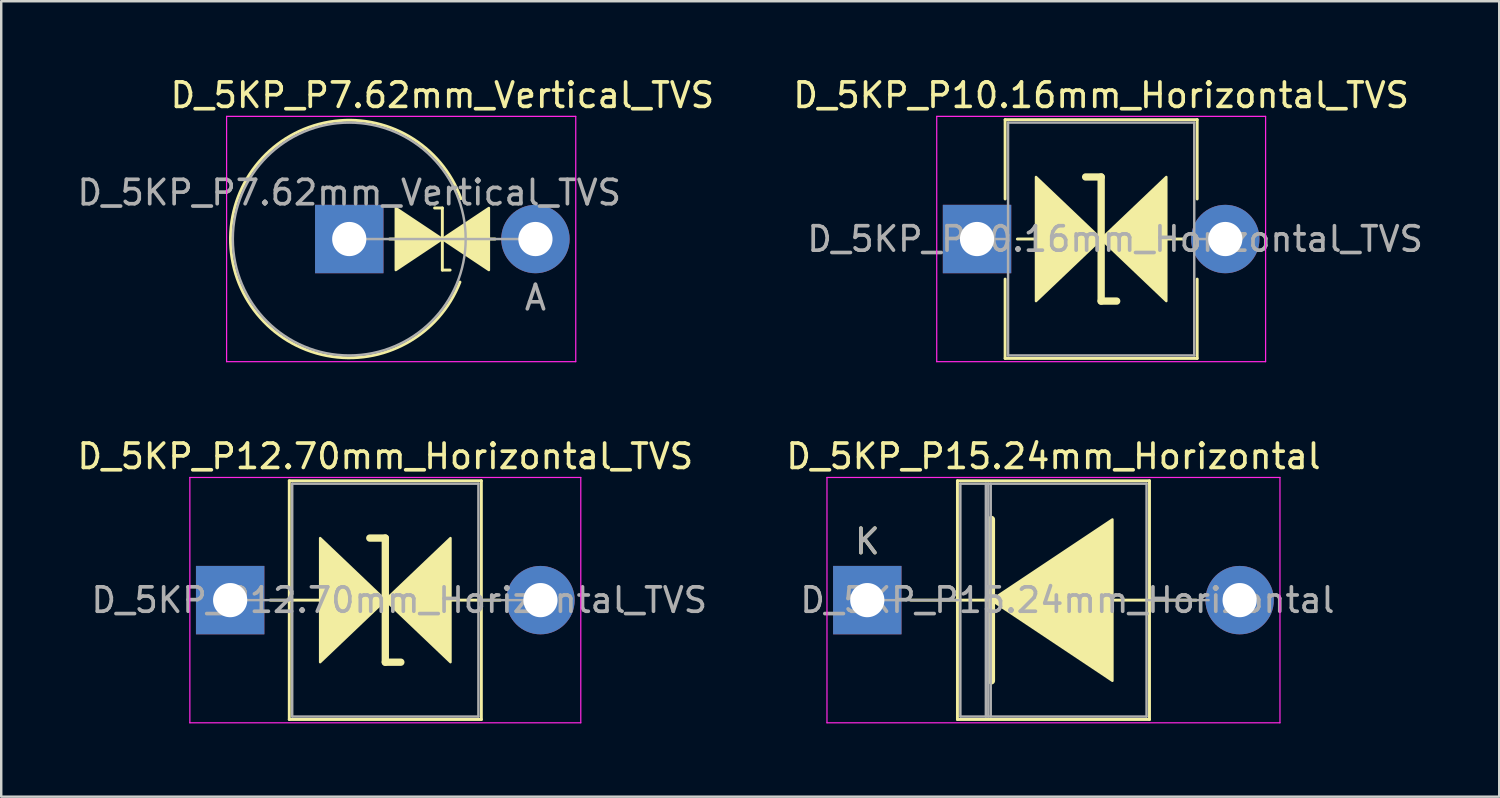
<source format=kicad_pcb>
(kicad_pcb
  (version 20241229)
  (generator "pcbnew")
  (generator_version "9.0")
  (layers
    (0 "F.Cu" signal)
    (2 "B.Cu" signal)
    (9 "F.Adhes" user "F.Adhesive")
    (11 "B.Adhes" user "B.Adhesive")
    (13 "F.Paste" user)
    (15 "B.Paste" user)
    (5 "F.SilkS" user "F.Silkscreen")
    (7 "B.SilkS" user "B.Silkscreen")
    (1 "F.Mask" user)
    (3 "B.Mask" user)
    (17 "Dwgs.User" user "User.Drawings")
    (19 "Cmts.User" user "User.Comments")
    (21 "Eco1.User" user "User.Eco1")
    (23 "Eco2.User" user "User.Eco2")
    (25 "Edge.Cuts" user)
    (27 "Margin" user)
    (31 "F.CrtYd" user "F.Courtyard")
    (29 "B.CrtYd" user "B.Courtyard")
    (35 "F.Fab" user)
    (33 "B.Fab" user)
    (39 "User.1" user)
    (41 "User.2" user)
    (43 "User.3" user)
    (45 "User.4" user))
  (footprint "D_5KP_P10.16mm_Horizontal_TVS"
    (layer "F.Cu")
    (at 36.938 6.733)
    (property "Reference" "D_5KP_P10.16mm_Horizontal_TVS" (at 5.08 -5.885 0) (layer "F.SilkS") (effects (font (size 1 1) (thickness 0.15))))
    (attr through_hole)
    (fp_line (start 1.15 -4.885) (end 9.01 -4.885) (stroke (width 0.12) (type solid)) (layer "F.SilkS"))
    (fp_line (start 1.15 -1.64) (end 1.15 -4.885) (stroke (width 0.12) (type solid)) (layer "F.SilkS"))
    (fp_line (start 1.15 1.64) (end 1.15 4.885) (stroke (width 0.12) (type solid)) (layer "F.SilkS"))
    (fp_line (start 1.15 4.885) (end 9.01 4.885) (stroke (width 0.12) (type solid)) (layer "F.SilkS"))
    (fp_line (start 1.651 0) (end 2.413 0) (stroke (width 0.12) (type solid)) (layer "F.SilkS"))
    (fp_line (start 5.08 -2.54) (end 4.445 -2.54) (stroke (width 0.3) (type solid)) (layer "F.SilkS"))
    (fp_line (start 5.08 2.54) (end 5.08 -2.54) (stroke (width 0.3) (type solid)) (layer "F.SilkS"))
    (fp_line (start 5.715 2.54) (end 5.08 2.54) (stroke (width 0.3) (type solid)) (layer "F.SilkS"))
    (fp_line (start 8.509 0) (end 7.747 0) (stroke (width 0.12) (type solid)) (layer "F.SilkS"))
    (fp_line (start 9.01 -4.885) (end 9.01 -1.64) (stroke (width 0.12) (type solid)) (layer "F.SilkS"))
    (fp_line (start 9.01 4.885) (end 9.01 1.64) (stroke (width 0.12) (type solid)) (layer "F.SilkS"))
    (fp_poly (pts (xy 5.08 0) (xy 2.413 2.54) (xy 2.413 -2.54)) (stroke (width 0.1) (type solid)) (fill yes) (layer "F.SilkS"))
    (fp_poly (pts (xy 5.08 0) (xy 7.747 -2.54) (xy 7.747 2.54)) (stroke (width 0.1) (type solid)) (fill yes) (layer "F.SilkS"))
    (fp_line (start -1.65 -5.02) (end -1.65 5.02) (stroke (width 0.05) (type solid)) (layer "F.CrtYd"))
    (fp_line (start -1.65 5.02) (end 11.81 5.02) (stroke (width 0.05) (type solid)) (layer "F.CrtYd"))
    (fp_line (start 11.81 -5.02) (end -1.65 -5.02) (stroke (width 0.05) (type solid)) (layer "F.CrtYd"))
    (fp_line (start 11.81 5.02) (end 11.81 -5.02) (stroke (width 0.05) (type solid)) (layer "F.CrtYd"))
    (fp_line (start 0 0) (end 1.27 0) (stroke (width 0.1) (type solid)) (layer "F.Fab"))
    (fp_line (start 1.27 -4.765) (end 1.27 4.765) (stroke (width 0.1) (type solid)) (layer "F.Fab"))
    (fp_line (start 1.27 4.765) (end 8.89 4.765) (stroke (width 0.1) (type solid)) (layer "F.Fab"))
    (fp_line (start 8.89 -4.765) (end 1.27 -4.765) (stroke (width 0.1) (type solid)) (layer "F.Fab"))
    (fp_line (start 8.89 4.765) (end 8.89 -4.765) (stroke (width 0.1) (type solid)) (layer "F.Fab"))
    (fp_line (start 10.16 0) (end 8.89 0) (stroke (width 0.1) (type solid)) (layer "F.Fab"))
    (fp_text user "${REFERENCE}" (at 5.652 0 0) (layer "F.Fab") (effects (font (size 1 1) (thickness 0.15))))
    (pad "1" thru_hole rect (at 0 0) (size 2.8 2.8) (drill 1.4) (layers "*.Cu" "*.Mask"))
    (pad "2" thru_hole oval (at 10.16 0) (size 2.8 2.8) (drill 1.4) (layers "*.Cu" "*.Mask")))
  (footprint "D_5KP_P15.24mm_Horizontal"
    (layer "F.Cu")
    (at 32.446 21.512)
    (property "Reference" "D_5KP_P15.24mm_Horizontal" (at 7.62 -5.885 0) (layer "F.SilkS") (effects (font (size 1 1) (thickness 0.15))))
    (attr through_hole)
    (fp_line (start 1.778 0) (end 4.953 0) (stroke (width 0.12) (type solid)) (layer "F.SilkS"))
    (fp_line (start 3.69 -4.885) (end 3.69 4.885) (stroke (width 0.12) (type solid)) (layer "F.SilkS"))
    (fp_line (start 3.69 4.885) (end 11.55 4.885) (stroke (width 0.12) (type solid)) (layer "F.SilkS"))
    (fp_line (start 5.08 -3.302) (end 5.08 3.302) (stroke (width 0.3) (type solid)) (layer "F.SilkS"))
    (fp_line (start 11.55 -4.885) (end 3.69 -4.885) (stroke (width 0.12) (type solid)) (layer "F.SilkS"))
    (fp_line (start 11.55 4.885) (end 11.55 -4.885) (stroke (width 0.12) (type solid)) (layer "F.SilkS"))
    (fp_line (start 13.462 0) (end 10.07 0) (stroke (width 0.12) (type solid)) (layer "F.SilkS"))
    (fp_poly (pts (xy 10.033 3.302) (xy 5.08 0) (xy 10.033 -3.302)) (stroke (width 0.1) (type solid)) (fill yes) (layer "F.SilkS"))
    (fp_line (start -1.65 -5.02) (end -1.65 5.02) (stroke (width 0.05) (type solid)) (layer "F.CrtYd"))
    (fp_line (start -1.65 5.02) (end 16.89 5.02) (stroke (width 0.05) (type solid)) (layer "F.CrtYd"))
    (fp_line (start 16.89 -5.02) (end -1.65 -5.02) (stroke (width 0.05) (type solid)) (layer "F.CrtYd"))
    (fp_line (start 16.89 5.02) (end 16.89 -5.02) (stroke (width 0.05) (type solid)) (layer "F.CrtYd"))
    (fp_line (start 0 0) (end 3.81 0) (stroke (width 0.1) (type solid)) (layer "F.Fab"))
    (fp_line (start 3.81 -4.765) (end 3.81 4.765) (stroke (width 0.1) (type solid)) (layer "F.Fab"))
    (fp_line (start 3.81 4.765) (end 11.43 4.765) (stroke (width 0.1) (type solid)) (layer "F.Fab"))
    (fp_line (start 4.853 -4.765) (end 4.853 4.765) (stroke (width 0.1) (type solid)) (layer "F.Fab"))
    (fp_line (start 4.953 -4.765) (end 4.953 4.765) (stroke (width 0.1) (type solid)) (layer "F.Fab"))
    (fp_line (start 5.053 -4.765) (end 5.053 4.765) (stroke (width 0.1) (type solid)) (layer "F.Fab"))
    (fp_line (start 11.43 -4.765) (end 3.81 -4.765) (stroke (width 0.1) (type solid)) (layer "F.Fab"))
    (fp_line (start 11.43 4.765) (end 11.43 -4.765) (stroke (width 0.1) (type solid)) (layer "F.Fab"))
    (fp_line (start 13.97 0) (end 11.43 0) (stroke (width 0.1) (type solid)) (layer "F.Fab"))
    (fp_text user "K" (at 0 -2.4 0) (layer "F.SilkS") (effects (font (size 1 1) (thickness 0.15))))
    (fp_text user "${REFERENCE}" (at 8.191 0 0) (layer "F.Fab") (effects (font (size 1 1) (thickness 0.15))))
    (fp_text user "K" (at 0 -2.4 0) (layer "F.Fab") (effects (font (size 1 1) (thickness 0.15))))
    (pad "1" thru_hole rect (at 0 0) (size 2.8 2.8) (drill 1.4) (layers "*.Cu" "*.Mask"))
    (pad "2" thru_hole oval (at 15.24 0) (size 2.8 2.8) (drill 1.4) (layers "*.Cu" "*.Mask")))
  (footprint "D_5KP_P7.62mm_Vertical_TVS"
    (layer "F.Cu")
    (at 11.244 6.733)
    (property "Reference" "D_5KP_P7.62mm_Vertical_TVS" (at 3.81 -5.885 0) (layer "F.SilkS") (effects (font (size 1 1) (thickness 0.15))))
    (attr through_hole)
    (fp_line (start 1.651 0) (end 5.969 0) (stroke (width 0.12) (type solid)) (layer "F.SilkS"))
    (fp_line (start 3.493 -1.27) (end 3.81 -1.27) (stroke (width 0.12) (type solid)) (layer "F.SilkS"))
    (fp_line (start 3.81 -1.27) (end 3.81 1.27) (stroke (width 0.12) (type solid)) (layer "F.SilkS"))
    (fp_line (start 3.81 1.27) (end 4.128 1.27) (stroke (width 0.12) (type solid)) (layer "F.SilkS"))
    (fp_arc (start 4.530442 1.761839) (mid -4.860605 -0.059187) (end 4.572 -1.650999) (stroke (width 0.12) (type solid)) (layer "F.SilkS"))
    (fp_poly (pts (xy 1.905 -1.27) (xy 3.81 0) (xy 1.905 1.27)) (stroke (width 0.1) (type solid)) (fill yes) (layer "F.SilkS"))
    (fp_poly (pts (xy 5.715 1.27) (xy 3.81 0) (xy 5.715 -1.27)) (stroke (width 0.1) (type solid)) (fill yes) (layer "F.SilkS"))
    (fp_line (start -5.02 -5.02) (end -5.02 5.02) (stroke (width 0.05) (type solid)) (layer "F.CrtYd"))
    (fp_line (start -5.02 5.02) (end 9.27 5.02) (stroke (width 0.05) (type solid)) (layer "F.CrtYd"))
    (fp_line (start 9.27 -5.02) (end -5.02 -5.02) (stroke (width 0.05) (type solid)) (layer "F.CrtYd"))
    (fp_line (start 9.27 5.02) (end 9.27 -5.02) (stroke (width 0.05) (type solid)) (layer "F.CrtYd"))
    (fp_line (start 0 0) (end 7.62 0) (stroke (width 0.1) (type solid)) (layer "F.Fab"))
    (fp_circle (center 0 0) (end 4.765 0) (stroke (width 0.1) (type solid)) (fill no) (layer "F.Fab"))
    (fp_text user "${REFERENCE}" (at 0 -1.9 0) (layer "F.Fab") (effects (font (size 1 1) (thickness 0.15))))
    (fp_text user "A" (at 7.62 2.4 0) (layer "F.Fab") (effects (font (size 1 1) (thickness 0.15))))
    (pad "1" thru_hole rect (at 0 0) (size 2.8 2.8) (drill 1.4) (layers "*.Cu" "*.Mask"))
    (pad "2" thru_hole oval (at 7.62 0) (size 2.8 2.8) (drill 1.4) (layers "*.Cu" "*.Mask")))
  (footprint "D_5KP_P12.70mm_Horizontal_TVS"
    (layer "F.Cu")
    (at 6.37 21.512)
    (property "Reference" "D_5KP_P12.70mm_Horizontal_TVS" (at 6.35 -5.885 0) (layer "F.SilkS") (effects (font (size 1 1) (thickness 0.15))))
    (attr through_hole)
    (fp_line (start 1.64 0) (end 2.42 0) (stroke (width 0.12) (type solid)) (layer "F.SilkS"))
    (fp_line (start 2.42 -4.885) (end 2.42 4.885) (stroke (width 0.12) (type solid)) (layer "F.SilkS"))
    (fp_line (start 2.42 0) (end 3.683 0) (stroke (width 0.12) (type solid)) (layer "F.SilkS"))
    (fp_line (start 2.42 4.885) (end 10.28 4.885) (stroke (width 0.12) (type solid)) (layer "F.SilkS"))
    (fp_line (start 6.35 -2.54) (end 5.715 -2.54) (stroke (width 0.3) (type solid)) (layer "F.SilkS"))
    (fp_line (start 6.35 2.54) (end 6.35 -2.54) (stroke (width 0.3) (type solid)) (layer "F.SilkS"))
    (fp_line (start 6.985 2.54) (end 6.35 2.54) (stroke (width 0.3) (type solid)) (layer "F.SilkS"))
    (fp_line (start 10.28 -4.885) (end 2.42 -4.885) (stroke (width 0.12) (type solid)) (layer "F.SilkS"))
    (fp_line (start 10.28 0) (end 9.017 0) (stroke (width 0.12) (type solid)) (layer "F.SilkS"))
    (fp_line (start 10.28 4.885) (end 10.28 -4.885) (stroke (width 0.12) (type solid)) (layer "F.SilkS"))
    (fp_line (start 11.06 0) (end 10.28 0) (stroke (width 0.12) (type solid)) (layer "F.SilkS"))
    (fp_poly (pts (xy 6.35 0) (xy 3.683 2.54) (xy 3.683 -2.54)) (stroke (width 0.1) (type solid)) (fill yes) (layer "F.SilkS"))
    (fp_poly (pts (xy 6.35 0) (xy 9.017 -2.54) (xy 9.017 2.54)) (stroke (width 0.1) (type solid)) (fill yes) (layer "F.SilkS"))
    (fp_line (start -1.65 -5.02) (end -1.65 5.02) (stroke (width 0.05) (type solid)) (layer "F.CrtYd"))
    (fp_line (start -1.65 5.02) (end 14.35 5.02) (stroke (width 0.05) (type solid)) (layer "F.CrtYd"))
    (fp_line (start 14.35 -5.02) (end -1.65 -5.02) (stroke (width 0.05) (type solid)) (layer "F.CrtYd"))
    (fp_line (start 14.35 5.02) (end 14.35 -5.02) (stroke (width 0.05) (type solid)) (layer "F.CrtYd"))
    (fp_line (start 0 0) (end 2.54 0) (stroke (width 0.1) (type solid)) (layer "F.Fab"))
    (fp_line (start 2.54 -4.765) (end 2.54 4.765) (stroke (width 0.1) (type solid)) (layer "F.Fab"))
    (fp_line (start 2.54 4.765) (end 10.16 4.765) (stroke (width 0.1) (type solid)) (layer "F.Fab"))
    (fp_line (start 10.16 -4.765) (end 2.54 -4.765) (stroke (width 0.1) (type solid)) (layer "F.Fab"))
    (fp_line (start 10.16 4.765) (end 10.16 -4.765) (stroke (width 0.1) (type solid)) (layer "F.Fab"))
    (fp_line (start 12.7 0) (end 10.16 0) (stroke (width 0.1) (type solid)) (layer "F.Fab"))
    (fp_text user "${REFERENCE}" (at 6.921 0 0) (layer "F.Fab") (effects (font (size 1 1) (thickness 0.15))))
    (pad "1" thru_hole rect (at 0 0) (size 2.8 2.8) (drill 1.4) (layers "*.Cu" "*.Mask"))
    (pad "2" thru_hole oval (at 12.7 0) (size 2.8 2.8) (drill 1.4) (layers "*.Cu" "*.Mask")))
  (gr_rect
    (start -3 -3)
    (end 58.31 29.556)
    (stroke (width 0.1) (type default))
    (fill no)
    (layer "Edge.Cuts")))
</source>
